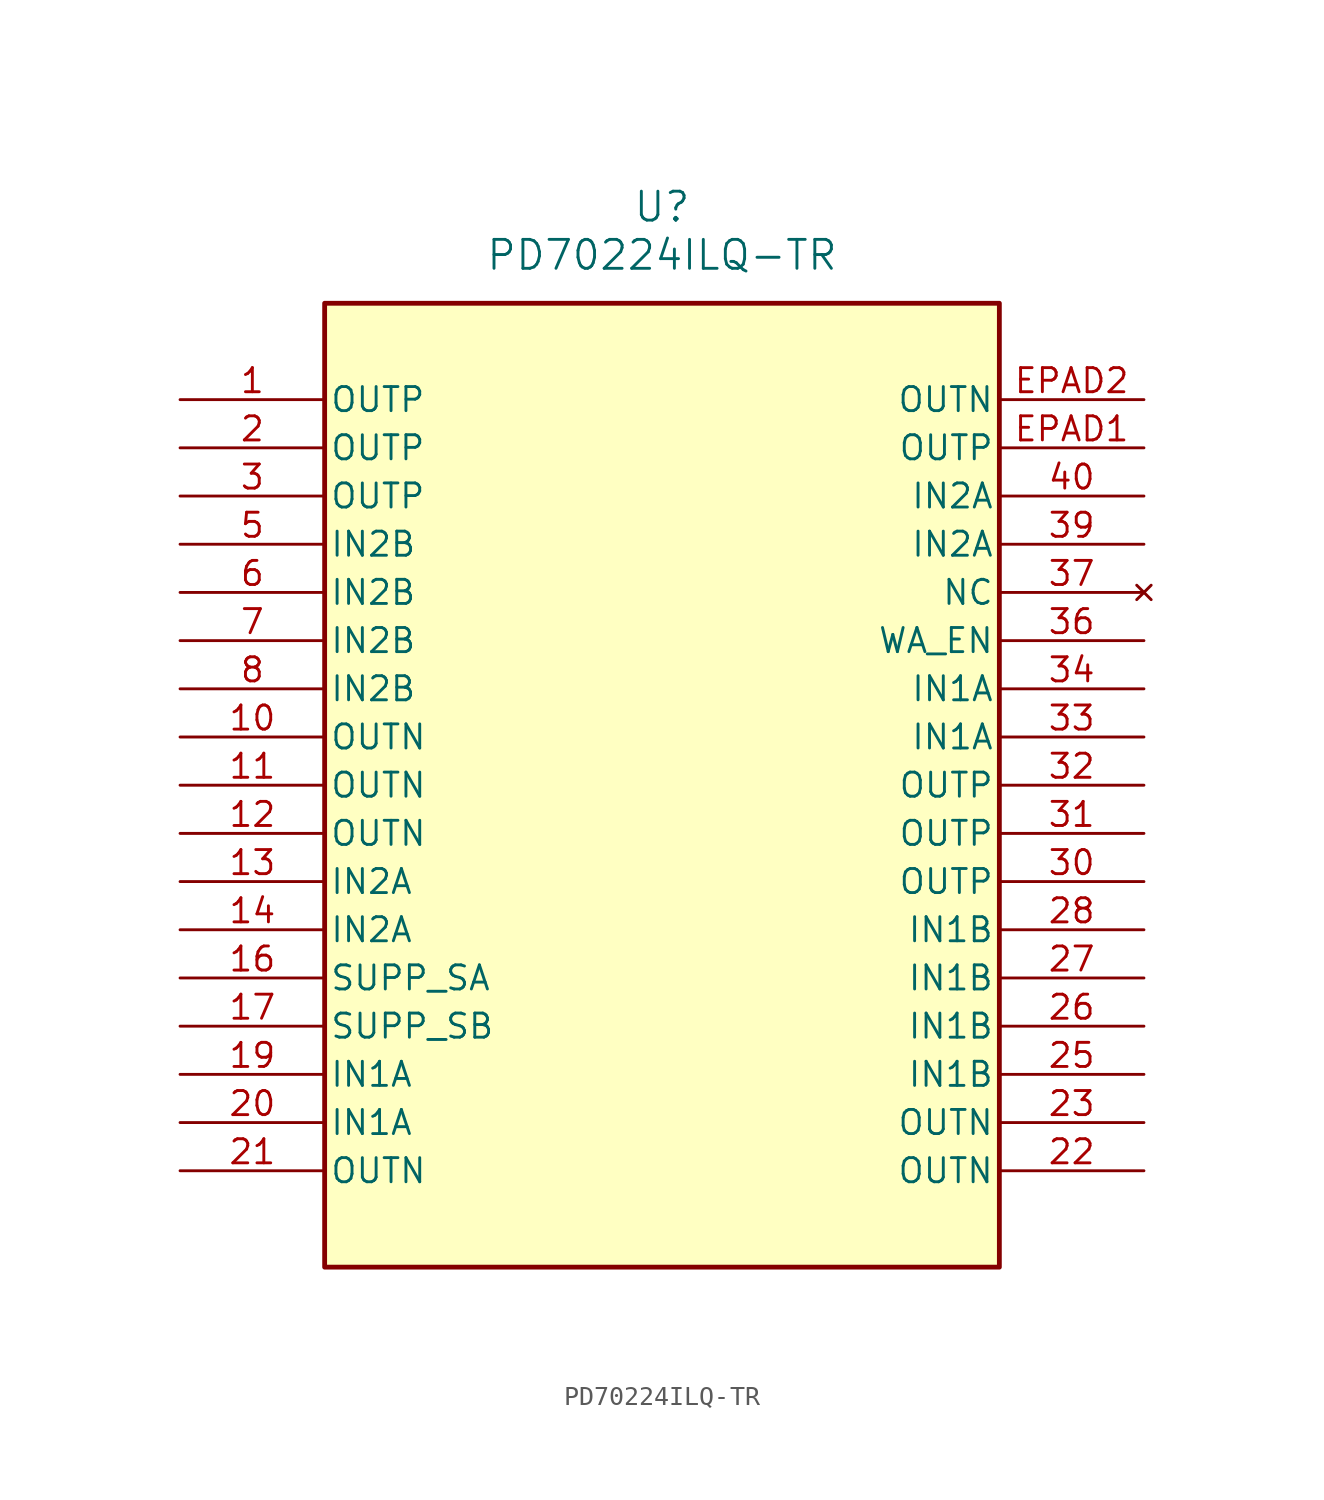
<source format=kicad_sym>
(kicad_symbol_lib
  (version 20220914)
  (generator kicad_symbol_editor)
  (symbol "PD70224ILQ-TR"
    (pin_names
      (offset 0.254))
    (property "Reference" "U"
      (at 0 30.48 0)
      (effects (font (size 1.524 1.524))))
    (property "Value" "PD70224ILQ-TR"
      (at 0 27.94 0)
      (effects (font (size 1.524 1.524))))
    (symbol "PD70224ILQ-TR_0_1"
      (pin output line (at -25.4 20.32 0) (length 7.62) (name "OUTP" (effects (font (size 1.27 1.27)))) (number "1" (effects (font (size 1.27 1.27)))))
      (pin output line (at -25.4 2.54 0) (length 7.62) (name "OUTN" (effects (font (size 1.27 1.27)))) (number "10" (effects (font (size 1.27 1.27)))))
      (pin output line (at -25.4 0 0) (length 7.62) (name "OUTN" (effects (font (size 1.27 1.27)))) (number "11" (effects (font (size 1.27 1.27)))))
      (pin output line (at -25.4 -2.54 0) (length 7.62) (name "OUTN" (effects (font (size 1.27 1.27)))) (number "12" (effects (font (size 1.27 1.27)))))
      (pin input line (at -25.4 -5.08 0) (length 7.62) (name "IN2A" (effects (font (size 1.27 1.27)))) (number "13" (effects (font (size 1.27 1.27)))))
      (pin input line (at -25.4 -7.62 0) (length 7.62) (name "IN2A" (effects (font (size 1.27 1.27)))) (number "14" (effects (font (size 1.27 1.27)))))
      (pin power_in line (at -25.4 -10.16 0) (length 7.62) (name "SUPP_SA" (effects (font (size 1.27 1.27)))) (number "16" (effects (font (size 1.27 1.27)))))
      (pin power_in line (at -25.4 -12.7 0) (length 7.62) (name "SUPP_SB" (effects (font (size 1.27 1.27)))) (number "17" (effects (font (size 1.27 1.27)))))
      (pin input line (at -25.4 -15.24 0) (length 7.62) (name "IN1A" (effects (font (size 1.27 1.27)))) (number "19" (effects (font (size 1.27 1.27)))))
      (pin output line (at -25.4 17.78 0) (length 7.62) (name "OUTP" (effects (font (size 1.27 1.27)))) (number "2" (effects (font (size 1.27 1.27)))))
      (pin input line (at -25.4 -17.78 0) (length 7.62) (name "IN1A" (effects (font (size 1.27 1.27)))) (number "20" (effects (font (size 1.27 1.27)))))
      (pin output line (at -25.4 -20.32 0) (length 7.62) (name "OUTN" (effects (font (size 1.27 1.27)))) (number "21" (effects (font (size 1.27 1.27)))))
      (pin output line (at 25.4 -20.32 180) (length 7.62) (name "OUTN" (effects (font (size 1.27 1.27)))) (number "22" (effects (font (size 1.27 1.27)))))
      (pin output line (at 25.4 -17.78 180) (length 7.62) (name "OUTN" (effects (font (size 1.27 1.27)))) (number "23" (effects (font (size 1.27 1.27)))))
      (pin input line (at 25.4 -15.24 180) (length 7.62) (name "IN1B" (effects (font (size 1.27 1.27)))) (number "25" (effects (font (size 1.27 1.27)))))
      (pin input line (at 25.4 -12.7 180) (length 7.62) (name "IN1B" (effects (font (size 1.27 1.27)))) (number "26" (effects (font (size 1.27 1.27)))))
      (pin input line (at 25.4 -10.16 180) (length 7.62) (name "IN1B" (effects (font (size 1.27 1.27)))) (number "27" (effects (font (size 1.27 1.27)))))
      (pin input line (at 25.4 -7.62 180) (length 7.62) (name "IN1B" (effects (font (size 1.27 1.27)))) (number "28" (effects (font (size 1.27 1.27)))))
      (pin output line (at -25.4 15.24 0) (length 7.62) (name "OUTP" (effects (font (size 1.27 1.27)))) (number "3" (effects (font (size 1.27 1.27)))))
      (pin output line (at 25.4 -5.08 180) (length 7.62) (name "OUTP" (effects (font (size 1.27 1.27)))) (number "30" (effects (font (size 1.27 1.27)))))
      (pin output line (at 25.4 -2.54 180) (length 7.62) (name "OUTP" (effects (font (size 1.27 1.27)))) (number "31" (effects (font (size 1.27 1.27)))))
      (pin output line (at 25.4 0 180) (length 7.62) (name "OUTP" (effects (font (size 1.27 1.27)))) (number "32" (effects (font (size 1.27 1.27)))))
      (pin input line (at 25.4 2.54 180) (length 7.62) (name "IN1A" (effects (font (size 1.27 1.27)))) (number "33" (effects (font (size 1.27 1.27)))))
      (pin input line (at 25.4 5.08 180) (length 7.62) (name "IN1A" (effects (font (size 1.27 1.27)))) (number "34" (effects (font (size 1.27 1.27)))))
      (pin input line (at 25.4 7.62 180) (length 7.62) (name "WA_EN" (effects (font (size 1.27 1.27)))) (number "36" (effects (font (size 1.27 1.27)))))
      (pin no_connect line (at 25.4 10.16 180) (length 7.62) (name "NC" (effects (font (size 1.27 1.27)))) (number "37" (effects (font (size 1.27 1.27)))))
      (pin input line (at 25.4 12.7 180) (length 7.62) (name "IN2A" (effects (font (size 1.27 1.27)))) (number "39" (effects (font (size 1.27 1.27)))))
      (pin input line (at 25.4 15.24 180) (length 7.62) (name "IN2A" (effects (font (size 1.27 1.27)))) (number "40" (effects (font (size 1.27 1.27)))))
      (pin input line (at -25.4 12.7 0) (length 7.62) (name "IN2B" (effects (font (size 1.27 1.27)))) (number "5" (effects (font (size 1.27 1.27)))))
      (pin input line (at -25.4 10.16 0) (length 7.62) (name "IN2B" (effects (font (size 1.27 1.27)))) (number "6" (effects (font (size 1.27 1.27)))))
      (pin input line (at -25.4 7.62 0) (length 7.62) (name "IN2B" (effects (font (size 1.27 1.27)))) (number "7" (effects (font (size 1.27 1.27)))))
      (pin input line (at -25.4 5.08 0) (length 7.62) (name "IN2B" (effects (font (size 1.27 1.27)))) (number "8" (effects (font (size 1.27 1.27)))))
      (pin output line (at 25.4 17.78 180) (length 7.62) (name "OUTP" (effects (font (size 1.27 1.27)))) (number "EPAD1" (effects (font (size 1.27 1.27)))))
      (pin output line (at 25.4 20.32 180) (length 7.62) (name "OUTN" (effects (font (size 1.27 1.27)))) (number "EPAD2" (effects (font (size 1.27 1.27))))))
    (symbol "PD70224ILQ-TR_1_1"
      (rectangle (start -17.78 25.4) (end 17.78 -25.4) (stroke (width 0.254) (type default)) (fill (type background))))))
</source>
